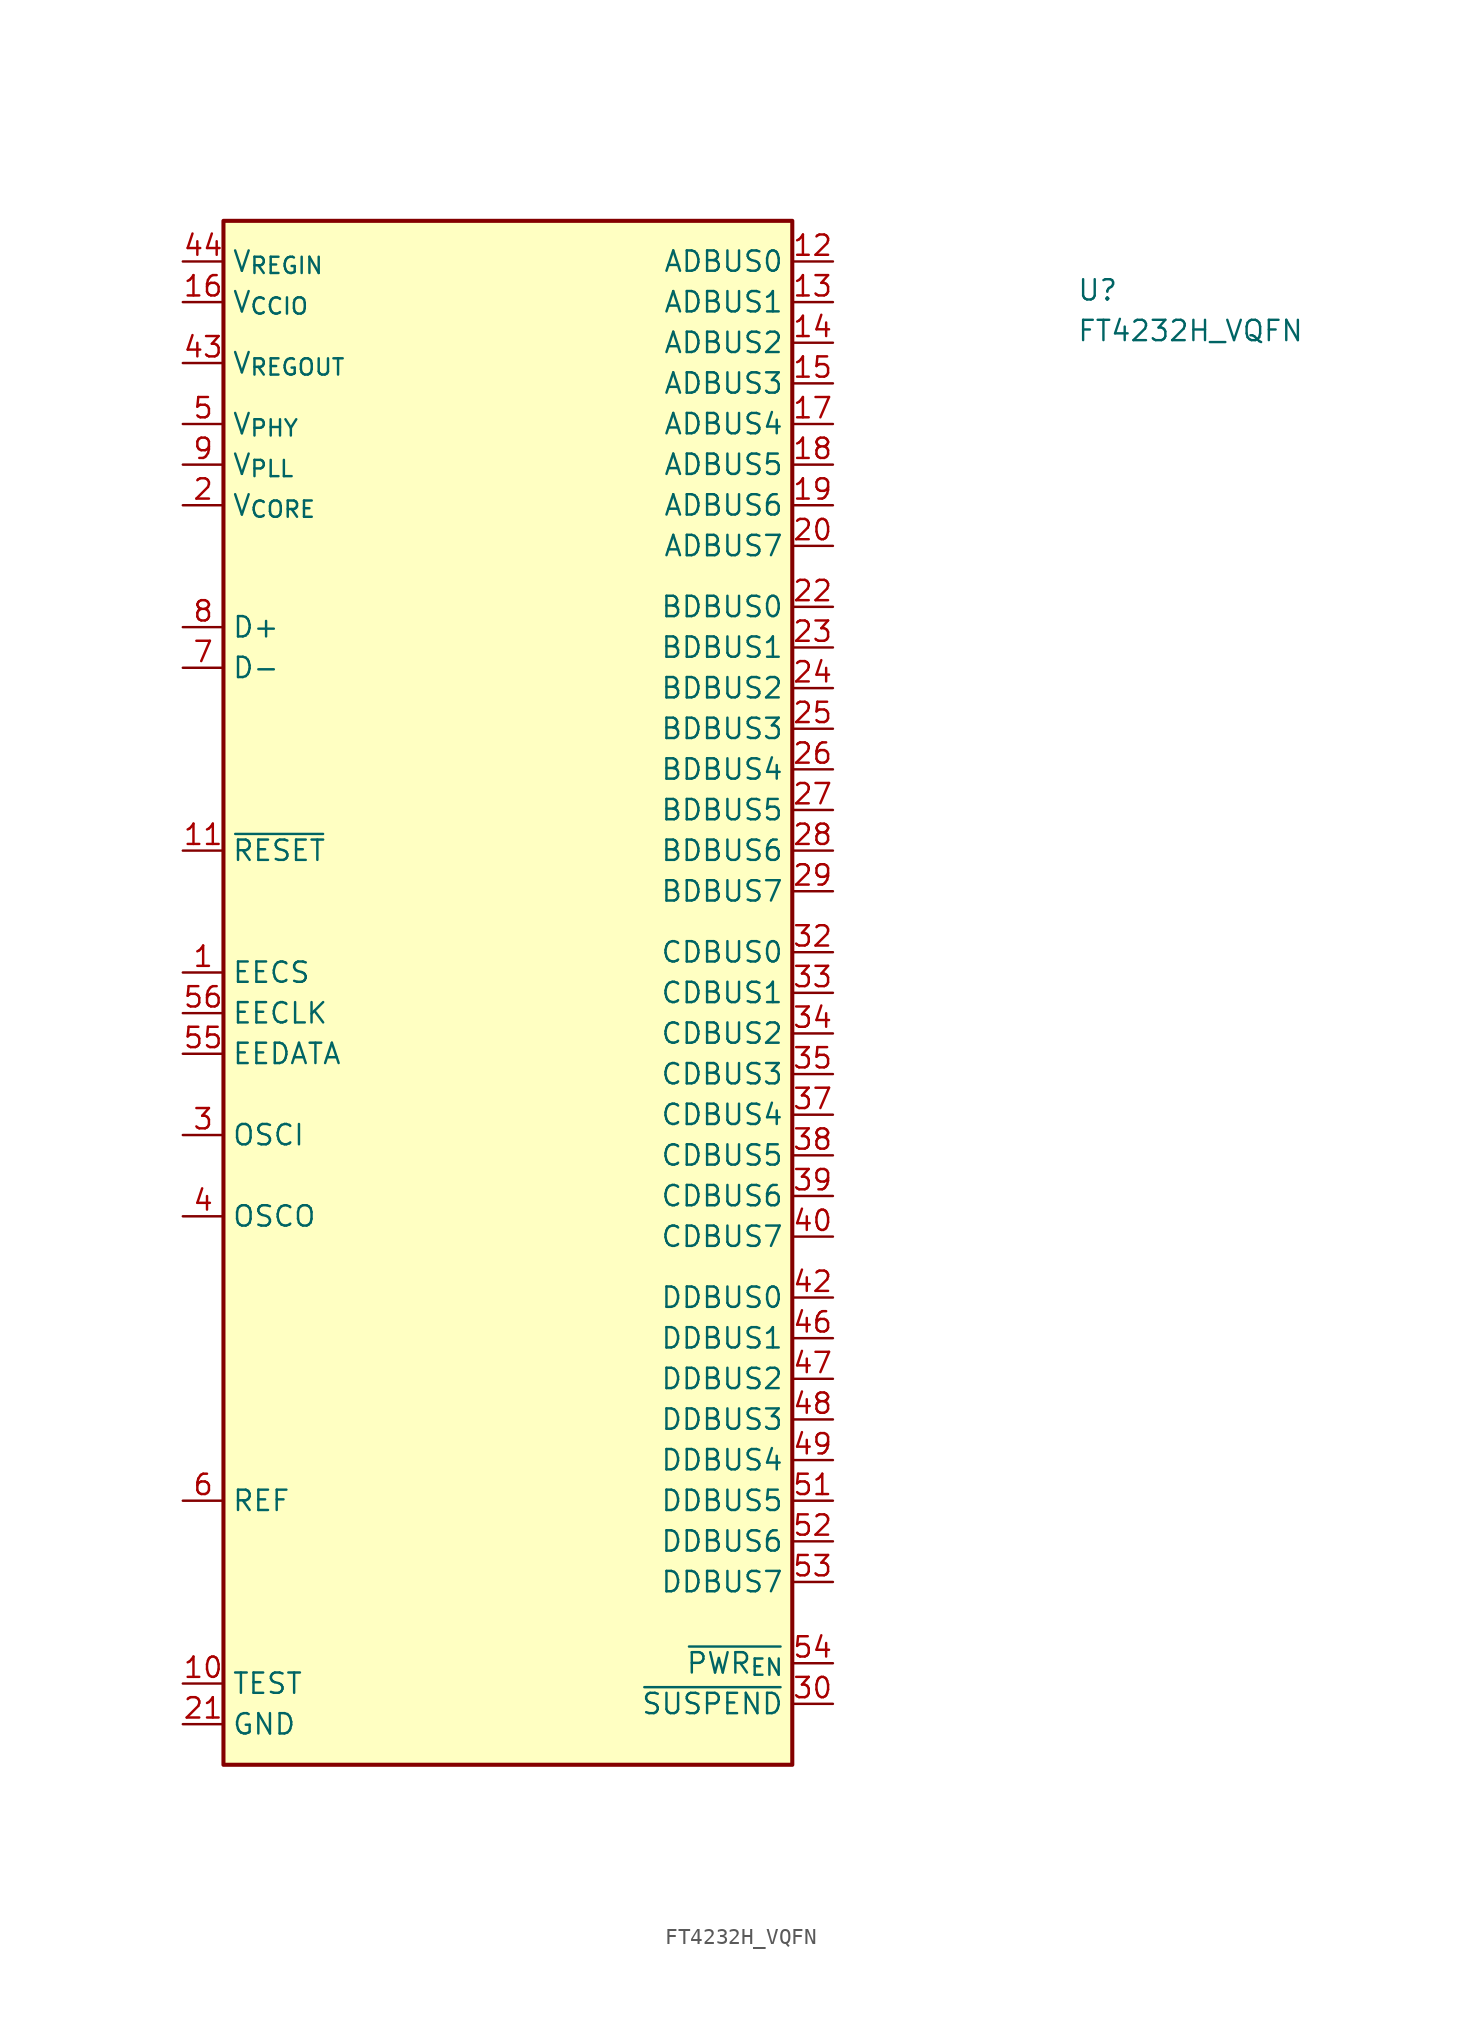
<source format=kicad_sym>
(kicad_symbol_lib
  (version 20220914)
  (generator kicad_symbol_editor)
  (symbol "FT4232H_VQFN"
    (property "Reference" "U"
      (at 55.88 -2.54 0)
      (effects (font (size 1.27 1.27) (thickness 0.15)) (justify left bottom)))
    (property "Value" "FT4232H_VQFN"
      (at 55.88 -5.08 0)
      (effects (font (size 1.27 1.27) (thickness 0.15)) (justify left bottom)))
    (symbol "FT4232H_VQFN_1_1"
      (rectangle (start 2.54 2.54) (end 38.1 -93.98) (stroke (width 0.254) (type default)) (fill (type background)))
      (pin bidirectional line (at 0 -44.45 0) (length 2.54) (name "EECS" (effects (font (size 1.27 1.27)))) (number "1" (effects (font (size 1.27 1.27)))))
      (pin input line (at 0 -88.9 0) (length 2.54) (name "TEST" (effects (font (size 1.27 1.27)))) (number "10" (effects (font (size 1.27 1.27)))))
      (pin input line (at 0 -36.83 0) (length 2.54) (name "~{RESET}" (effects (font (size 1.27 1.27)))) (number "11" (effects (font (size 1.27 1.27)))))
      (pin bidirectional line (at 40.64 0 180) (length 2.54) (name "ADBUS0" (effects (font (size 1.27 1.27)))) (number "12" (effects (font (size 1.27 1.27)))))
      (pin bidirectional line (at 40.64 -2.54 180) (length 2.54) (name "ADBUS1" (effects (font (size 1.27 1.27)))) (number "13" (effects (font (size 1.27 1.27)))))
      (pin bidirectional line (at 40.64 -5.08 180) (length 2.54) (name "ADBUS2" (effects (font (size 1.27 1.27)))) (number "14" (effects (font (size 1.27 1.27)))))
      (pin bidirectional line (at 40.64 -7.62 180) (length 2.54) (name "ADBUS3" (effects (font (size 1.27 1.27)))) (number "15" (effects (font (size 1.27 1.27)))))
      (pin power_in line (at 0 -2.54 0) (length 2.54) (name "V_{CCIO}" (effects (font (size 1.27 1.27)))) (number "16" (effects (font (size 1.27 1.27)))))
      (pin bidirectional line (at 40.64 -10.16 180) (length 2.54) (name "ADBUS4" (effects (font (size 1.27 1.27)))) (number "17" (effects (font (size 1.27 1.27)))))
      (pin bidirectional line (at 40.64 -12.7 180) (length 2.54) (name "ADBUS5" (effects (font (size 1.27 1.27)))) (number "18" (effects (font (size 1.27 1.27)))))
      (pin bidirectional line (at 40.64 -15.24 180) (length 2.54) (name "ADBUS6" (effects (font (size 1.27 1.27)))) (number "19" (effects (font (size 1.27 1.27)))))
      (pin power_in line (at 0 -15.24 0) (length 2.54) (name "V_{CORE}" (effects (font (size 1.27 1.27)))) (number "2" (effects (font (size 1.27 1.27)))))
      (pin bidirectional line (at 40.64 -17.78 180) (length 2.54) (name "ADBUS7" (effects (font (size 1.27 1.27)))) (number "20" (effects (font (size 1.27 1.27)))))
      (pin power_in line (at 0 -91.44 0) (length 2.54) (name "GND" (effects (font (size 1.27 1.27)))) (number "21" (effects (font (size 1.27 1.27)))))
      (pin bidirectional line (at 40.64 -21.59 180) (length 2.54) (name "BDBUS0" (effects (font (size 1.27 1.27)))) (number "22" (effects (font (size 1.27 1.27)))))
      (pin bidirectional line (at 40.64 -24.13 180) (length 2.54) (name "BDBUS1" (effects (font (size 1.27 1.27)))) (number "23" (effects (font (size 1.27 1.27)))))
      (pin bidirectional line (at 40.64 -26.67 180) (length 2.54) (name "BDBUS2" (effects (font (size 1.27 1.27)))) (number "24" (effects (font (size 1.27 1.27)))))
      (pin bidirectional line (at 40.64 -29.21 180) (length 2.54) (name "BDBUS3" (effects (font (size 1.27 1.27)))) (number "25" (effects (font (size 1.27 1.27)))))
      (pin bidirectional line (at 40.64 -31.75 180) (length 2.54) (name "BDBUS4" (effects (font (size 1.27 1.27)))) (number "26" (effects (font (size 1.27 1.27)))))
      (pin bidirectional line (at 40.64 -34.29 180) (length 2.54) (name "BDBUS5" (effects (font (size 1.27 1.27)))) (number "27" (effects (font (size 1.27 1.27)))))
      (pin bidirectional line (at 40.64 -36.83 180) (length 2.54) (name "BDBUS6" (effects (font (size 1.27 1.27)))) (number "28" (effects (font (size 1.27 1.27)))))
      (pin bidirectional line (at 40.64 -39.37 180) (length 2.54) (name "BDBUS7" (effects (font (size 1.27 1.27)))) (number "29" (effects (font (size 1.27 1.27)))))
      (pin input line (at 0 -54.61 0) (length 2.54) (name "OSCI" (effects (font (size 1.27 1.27)))) (number "3" (effects (font (size 1.27 1.27)))))
      (pin output line (at 40.64 -90.17 180) (length 2.54) (name "~{SUSPEND}" (effects (font (size 1.27 1.27)))) (number "30" (effects (font (size 1.27 1.27)))))
      (pin passive line (at 0 -15.24 0) (length 2.54) hide (name "V_{CORE}" (effects (font (size 1.27 1.27)))) (number "31" (effects (font (size 1.27 1.27)))))
      (pin bidirectional line (at 40.64 -43.18 180) (length 2.54) (name "CDBUS0" (effects (font (size 1.27 1.27)))) (number "32" (effects (font (size 1.27 1.27)))))
      (pin bidirectional line (at 40.64 -45.72 180) (length 2.54) (name "CDBUS1" (effects (font (size 1.27 1.27)))) (number "33" (effects (font (size 1.27 1.27)))))
      (pin bidirectional line (at 40.64 -48.26 180) (length 2.54) (name "CDBUS2" (effects (font (size 1.27 1.27)))) (number "34" (effects (font (size 1.27 1.27)))))
      (pin bidirectional line (at 40.64 -50.8 180) (length 2.54) (name "CDBUS3" (effects (font (size 1.27 1.27)))) (number "35" (effects (font (size 1.27 1.27)))))
      (pin passive line (at 0 -2.54 0) (length 2.54) hide (name "V_{CCIO}" (effects (font (size 1.27 1.27)))) (number "36" (effects (font (size 1.27 1.27)))))
      (pin bidirectional line (at 40.64 -53.34 180) (length 2.54) (name "CDBUS4" (effects (font (size 1.27 1.27)))) (number "37" (effects (font (size 1.27 1.27)))))
      (pin bidirectional line (at 40.64 -55.88 180) (length 2.54) (name "CDBUS5" (effects (font (size 1.27 1.27)))) (number "38" (effects (font (size 1.27 1.27)))))
      (pin bidirectional line (at 40.64 -58.42 180) (length 2.54) (name "CDBUS6" (effects (font (size 1.27 1.27)))) (number "39" (effects (font (size 1.27 1.27)))))
      (pin output line (at 0 -59.69 0) (length 2.54) (name "OSCO" (effects (font (size 1.27 1.27)))) (number "4" (effects (font (size 1.27 1.27)))))
      (pin bidirectional line (at 40.64 -60.96 180) (length 2.54) (name "CDBUS7" (effects (font (size 1.27 1.27)))) (number "40" (effects (font (size 1.27 1.27)))))
      (pin passive line (at 0 -91.44 0) (length 2.54) hide (name "GND" (effects (font (size 1.27 1.27)))) (number "41" (effects (font (size 1.27 1.27)))))
      (pin bidirectional line (at 40.64 -64.77 180) (length 2.54) (name "DDBUS0" (effects (font (size 1.27 1.27)))) (number "42" (effects (font (size 1.27 1.27)))))
      (pin power_out line (at 0 -6.35 0) (length 2.54) (name "V_{REGOUT}" (effects (font (size 1.27 1.27)))) (number "43" (effects (font (size 1.27 1.27)))))
      (pin power_in line (at 0 0 0) (length 2.54) (name "V_{REGIN}" (effects (font (size 1.27 1.27)))) (number "44" (effects (font (size 1.27 1.27)))))
      (pin passive line (at 0 -91.44 0) (length 2.54) hide (name "GND" (effects (font (size 1.27 1.27)))) (number "45" (effects (font (size 1.27 1.27)))))
      (pin bidirectional line (at 40.64 -67.31 180) (length 2.54) (name "DDBUS1" (effects (font (size 1.27 1.27)))) (number "46" (effects (font (size 1.27 1.27)))))
      (pin bidirectional line (at 40.64 -69.85 180) (length 2.54) (name "DDBUS2" (effects (font (size 1.27 1.27)))) (number "47" (effects (font (size 1.27 1.27)))))
      (pin bidirectional line (at 40.64 -72.39 180) (length 2.54) (name "DDBUS3" (effects (font (size 1.27 1.27)))) (number "48" (effects (font (size 1.27 1.27)))))
      (pin bidirectional line (at 40.64 -74.93 180) (length 2.54) (name "DDBUS4" (effects (font (size 1.27 1.27)))) (number "49" (effects (font (size 1.27 1.27)))))
      (pin power_in line (at 0 -10.16 0) (length 2.54) (name "V_{PHY}" (effects (font (size 1.27 1.27)))) (number "5" (effects (font (size 1.27 1.27)))))
      (pin passive line (at 0 -2.54 0) (length 2.54) hide (name "V_{CCIO}" (effects (font (size 1.27 1.27)))) (number "50" (effects (font (size 1.27 1.27)))))
      (pin bidirectional line (at 40.64 -77.47 180) (length 2.54) (name "DDBUS5" (effects (font (size 1.27 1.27)))) (number "51" (effects (font (size 1.27 1.27)))))
      (pin bidirectional line (at 40.64 -80.01 180) (length 2.54) (name "DDBUS6" (effects (font (size 1.27 1.27)))) (number "52" (effects (font (size 1.27 1.27)))))
      (pin bidirectional line (at 40.64 -82.55 180) (length 2.54) (name "DDBUS7" (effects (font (size 1.27 1.27)))) (number "53" (effects (font (size 1.27 1.27)))))
      (pin output line (at 40.64 -87.63 180) (length 2.54) (name "~{PWR_{EN}}" (effects (font (size 1.27 1.27)))) (number "54" (effects (font (size 1.27 1.27)))))
      (pin bidirectional line (at 0 -49.53 0) (length 2.54) (name "EEDATA" (effects (font (size 1.27 1.27)))) (number "55" (effects (font (size 1.27 1.27)))))
      (pin output line (at 0 -46.99 0) (length 2.54) (name "EECLK" (effects (font (size 1.27 1.27)))) (number "56" (effects (font (size 1.27 1.27)))))
      (pin passive line (at 0 -91.44 0) (length 2.54) hide (name "GND" (effects (font (size 1.27 1.27)))) (number "57" (effects (font (size 1.27 1.27)))))
      (pin input line (at 0 -77.47 0) (length 2.54) (name "REF" (effects (font (size 1.27 1.27)))) (number "6" (effects (font (size 1.27 1.27)))))
      (pin bidirectional line (at 0 -25.4 0) (length 2.54) (name "D-" (effects (font (size 1.27 1.27)))) (number "7" (effects (font (size 1.27 1.27)))))
      (pin bidirectional line (at 0 -22.86 0) (length 2.54) (name "D+" (effects (font (size 1.27 1.27)))) (number "8" (effects (font (size 1.27 1.27)))))
      (pin power_in line (at 0 -12.7 0) (length 2.54) (name "V_{PLL}" (effects (font (size 1.27 1.27)))) (number "9" (effects (font (size 1.27 1.27))))))))
</source>
